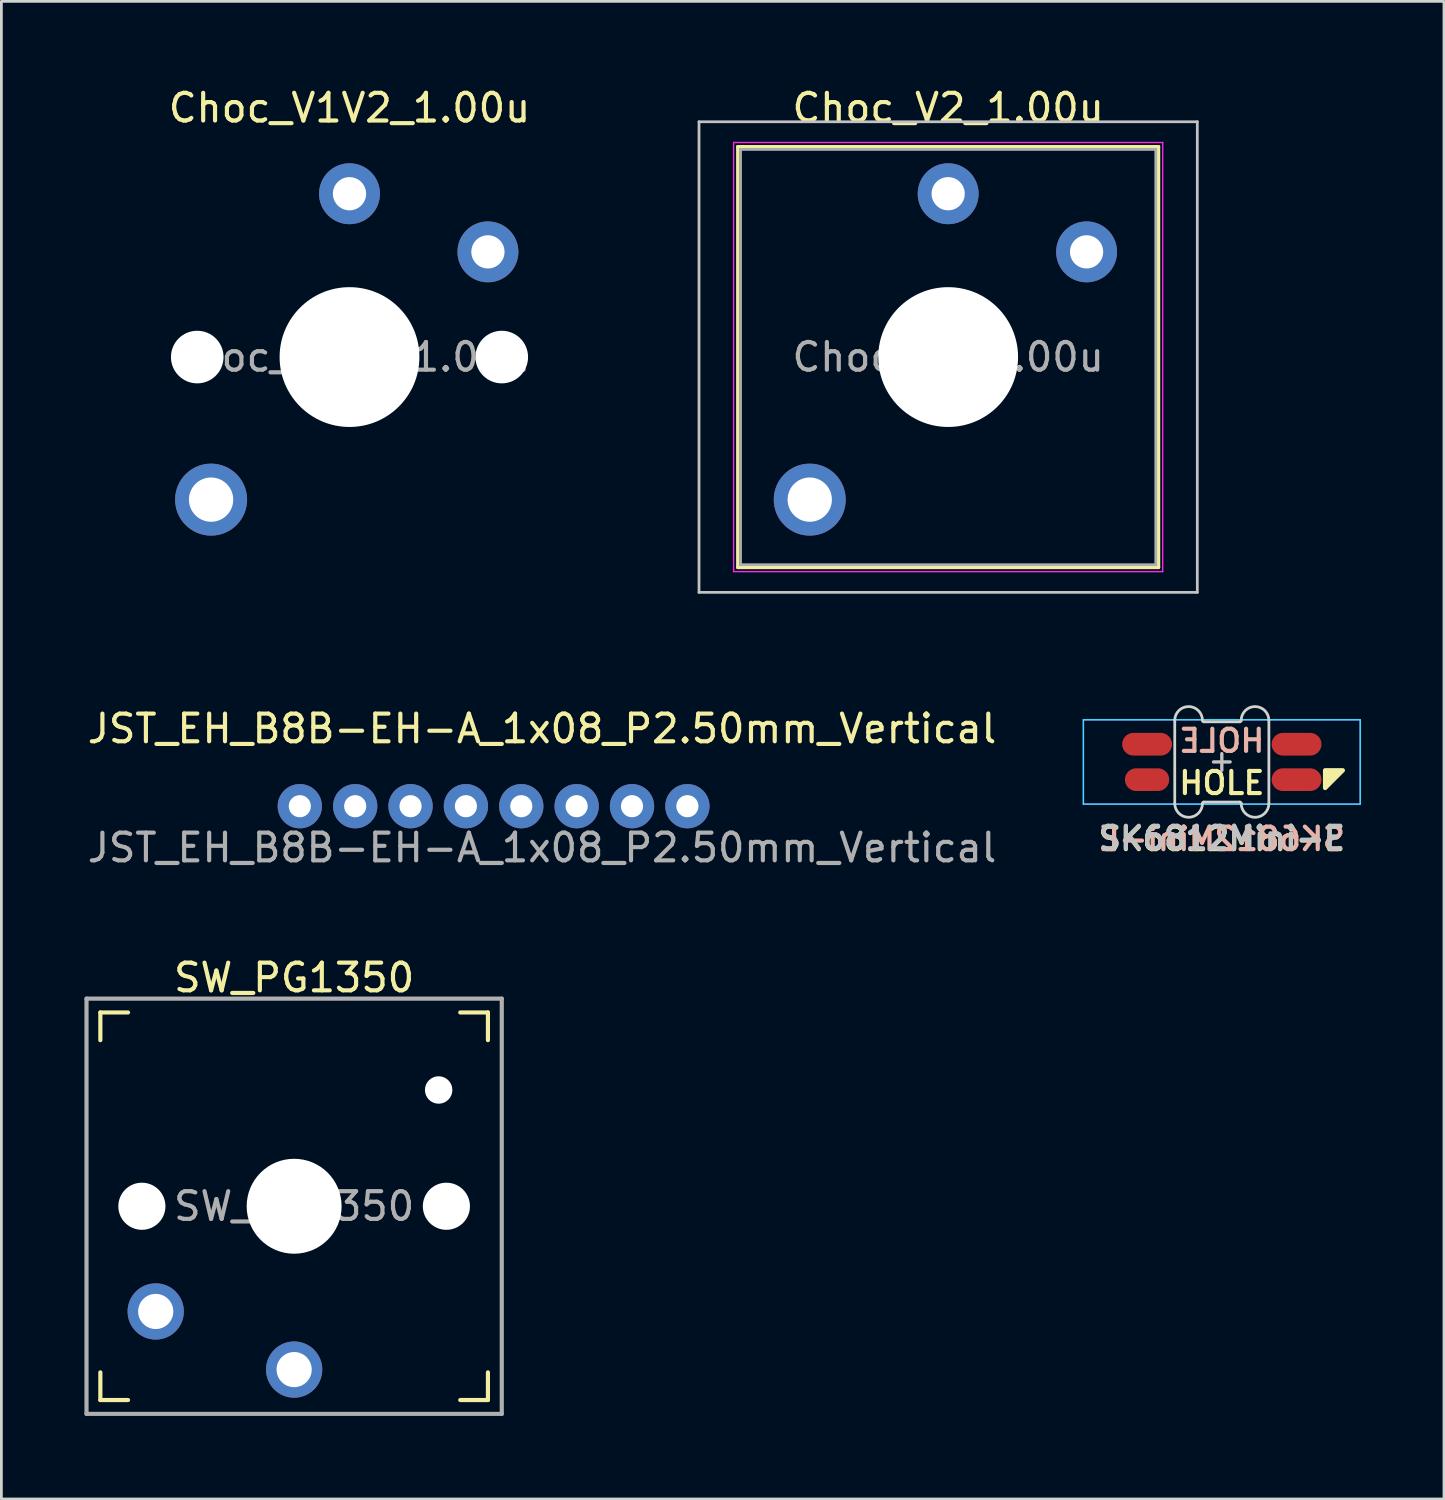
<source format=kicad_pcb>
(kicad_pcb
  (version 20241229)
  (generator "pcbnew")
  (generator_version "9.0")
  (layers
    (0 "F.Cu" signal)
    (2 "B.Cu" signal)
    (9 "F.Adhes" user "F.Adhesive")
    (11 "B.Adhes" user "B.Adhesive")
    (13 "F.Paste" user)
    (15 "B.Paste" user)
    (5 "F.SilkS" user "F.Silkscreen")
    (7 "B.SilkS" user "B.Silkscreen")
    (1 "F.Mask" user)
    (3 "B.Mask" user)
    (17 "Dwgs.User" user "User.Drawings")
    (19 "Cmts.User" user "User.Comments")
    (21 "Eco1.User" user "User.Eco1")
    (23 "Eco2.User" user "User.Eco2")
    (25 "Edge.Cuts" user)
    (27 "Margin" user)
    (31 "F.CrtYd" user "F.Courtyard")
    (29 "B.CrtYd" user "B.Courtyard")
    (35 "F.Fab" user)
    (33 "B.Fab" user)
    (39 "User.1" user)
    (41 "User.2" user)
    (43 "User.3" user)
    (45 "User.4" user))
  (footprint "Choc_V1V2_1.00u"
    (layer "F.Cu")
    (at 9.575 9.848)
    (property "Reference" "Choc_V1V2_1.00u" (at 0 -9 0) (layer "F.SilkS") (effects (font (size 1 1) (thickness 0.15))))
    (attr through_hole)
    (fp_line (start -9.525 -9.525) (end -9.525 9.525) (stroke (width 0.1) (type solid)) (layer "User.1"))
    (fp_line (start -9.525 -9.525) (end 9.525 -9.525) (stroke (width 0.1) (type solid)) (layer "User.1"))
    (fp_line (start -9.525 9.525) (end 9.525 9.525) (stroke (width 0.1) (type solid)) (layer "User.1"))
    (fp_line (start -7.5 -7.5) (end -7.5 7.5) (stroke (width 0.1) (type default)) (layer "User.1"))
    (fp_line (start -7.5 7.5) (end 7.5 7.5) (stroke (width 0.1) (type default)) (layer "User.1"))
    (fp_line (start 7.5 -7.5) (end -7.5 -7.5) (stroke (width 0.1) (type default)) (layer "User.1"))
    (fp_line (start 7.5 -7.5) (end 7.5 7.5) (stroke (width 0.1) (type default)) (layer "User.1"))
    (fp_line (start 9.525 -9.525) (end 9.525 9.525) (stroke (width 0.1) (type default)) (layer "User.1"))
    (fp_text user "${REFERENCE}" (at 0 0 0) (layer "F.Fab") (effects (font (size 1 1) (thickness 0.15))))
    (pad "" np_thru_hole circle (at -5.5 0) (size 1.9 1.9) (drill 1.9) (layers "*.Cu" "*.Mask"))
    (pad "" thru_hole circle (at -5 5.15) (size 2.6 2.6) (drill 1.6) (layers "*.Cu" "*.Mask"))
    (pad "" np_thru_hole circle (at 0 0) (size 5.05 5.05) (drill 5.05) (layers "*.Cu" "*.Mask"))
    (pad "" np_thru_hole circle (at 5.5 0) (size 1.9 1.9) (drill 1.9) (layers "*.Cu" "*.Mask"))
    (pad "1" thru_hole circle (at 0 -5.9) (size 2.2 2.2) (drill 1.2) (layers "*.Cu" "*.Mask"))
    (pad "2" thru_hole circle (at 5 -3.8) (size 2.2 2.2) (drill 1.2) (layers "*.Cu" "*.Mask")))
  (footprint "Choc_V2_1.00u"
    (layer "F.Cu")
    (at 31.2 9.848)
    (property "Reference" "Choc_V2_1.00u" (at 0 -9 0) (layer "F.SilkS") (effects (font (size 1 1) (thickness 0.15))))
    (attr through_hole)
    (fp_line (start -7.6 -7.6) (end -7.6 7.6) (stroke (width 0.12) (type solid)) (layer "F.SilkS"))
    (fp_line (start -7.6 7.6) (end 7.6 7.6) (stroke (width 0.12) (type solid)) (layer "F.SilkS"))
    (fp_line (start 7.6 -7.6) (end -7.6 -7.6) (stroke (width 0.12) (type solid)) (layer "F.SilkS"))
    (fp_line (start 7.6 7.6) (end 7.6 -7.6) (stroke (width 0.12) (type solid)) (layer "F.SilkS"))
    (fp_line (start -9 -8.5) (end -9 8.5) (stroke (width 0.1) (type solid)) (layer "Dwgs.User"))
    (fp_line (start -9 8.5) (end 9 8.5) (stroke (width 0.1) (type solid)) (layer "Dwgs.User"))
    (fp_line (start 9 -8.5) (end -9 -8.5) (stroke (width 0.1) (type solid)) (layer "Dwgs.User"))
    (fp_line (start 9 8.5) (end 9 -8.5) (stroke (width 0.1) (type solid)) (layer "Dwgs.User"))
    (fp_line (start -7.25 -7.25) (end -7.25 7.25) (stroke (width 0.1) (type solid)) (layer "Eco1.User"))
    (fp_line (start -7.25 7.25) (end 7.25 7.25) (stroke (width 0.1) (type solid)) (layer "Eco1.User"))
    (fp_line (start 7.25 -7.25) (end -7.25 -7.25) (stroke (width 0.1) (type solid)) (layer "Eco1.User"))
    (fp_line (start 7.25 7.25) (end 7.25 -7.25) (stroke (width 0.1) (type solid)) (layer "Eco1.User"))
    (fp_line (start -7.75 -7.75) (end -7.75 7.75) (stroke (width 0.05) (type solid)) (layer "F.CrtYd"))
    (fp_line (start -7.75 7.75) (end 7.75 7.75) (stroke (width 0.05) (type solid)) (layer "F.CrtYd"))
    (fp_line (start 7.75 -7.75) (end -7.75 -7.75) (stroke (width 0.05) (type solid)) (layer "F.CrtYd"))
    (fp_line (start 7.75 7.75) (end 7.75 -7.75) (stroke (width 0.05) (type solid)) (layer "F.CrtYd"))
    (fp_line (start -7.5 -7.5) (end -7.5 7.5) (stroke (width 0.1) (type solid)) (layer "F.Fab"))
    (fp_line (start -7.5 7.5) (end 7.5 7.5) (stroke (width 0.1) (type solid)) (layer "F.Fab"))
    (fp_line (start 7.5 -7.5) (end -7.5 -7.5) (stroke (width 0.1) (type solid)) (layer "F.Fab"))
    (fp_line (start 7.5 7.5) (end 7.5 -7.5) (stroke (width 0.1) (type solid)) (layer "F.Fab"))
    (fp_text user "${REFERENCE}" (at 0 0 0) (layer "F.Fab") (effects (font (size 1 1) (thickness 0.15))))
    (pad "" thru_hole circle (at -5 5.15) (size 2.6 2.6) (drill 1.6) (layers "*.Cu" "*.Mask"))
    (pad "" np_thru_hole circle (at 0 0) (size 5.05 5.05) (drill 5.05) (layers "*.Cu" "*.Mask"))
    (pad "1" thru_hole circle (at 0 -5.9) (size 2.2 2.2) (drill 1.2) (layers "*.Cu" "*.Mask"))
    (pad "2" thru_hole circle (at 5 -3.8) (size 2.2 2.2) (drill 1.2) (layers "*.Cu" "*.Mask")))
  (footprint "SK6812Mini-E"
    (layer "F.Cu")
    (at 41.085 24.473)
    (property "Reference" "SK6812Mini-E" (at 0 2.75 0) (layer "Dwgs.User") (effects (font (size 0.813 0.813) (thickness 0.152))))
    (attr through_hole)
    (fp_poly (pts (xy 3.733 0.938) (xy 3.733 0.303) (xy 4.368 0.303)) (stroke (width 0.16) (type solid)) (fill yes) (layer "F.SilkS"))
    (fp_line (start -0.3 0) (end 0.3 0) (stroke (width 0.12) (type solid)) (layer "Dwgs.User"))
    (fp_line (start 0 0.3) (end 0 -0.3) (stroke (width 0.12) (type solid)) (layer "Dwgs.User"))
    (fp_line (start -1.7 -1.5) (end -1.7 1.5) (stroke (width 0.1) (type solid)) (layer "Edge.Cuts"))
    (fp_line (start -0.65 -1.45) (end 0.65 -1.45) (stroke (width 0.1) (type solid)) (layer "Edge.Cuts"))
    (fp_line (start -0.65 1.45) (end 0.65 1.45) (stroke (width 0.1) (type solid)) (layer "Edge.Cuts"))
    (fp_line (start 1.7 1.5) (end 1.7 -1.5) (stroke (width 0.1) (type solid)) (layer "Edge.Cuts"))
    (fp_arc (start -1.7 -1.5) (mid -1.2 -2) (end -0.7 -1.5) (stroke (width 0.1) (type solid)) (layer "Edge.Cuts"))
    (fp_arc (start -0.7 1.5) (mid -1.2 2) (end -1.7 1.5) (stroke (width 0.1) (type solid)) (layer "Edge.Cuts"))
    (fp_arc (start -0.7 1.5) (mid -0.685355 1.464645) (end -0.65 1.45) (stroke (width 0.1) (type solid)) (layer "Edge.Cuts"))
    (fp_arc (start -0.65 -1.45) (mid -0.685355 -1.464645) (end -0.7 -1.5) (stroke (width 0.1) (type solid)) (layer "Edge.Cuts"))
    (fp_arc (start 0.65 1.45) (mid 0.685355 1.464645) (end 0.7 1.5) (stroke (width 0.1) (type solid)) (layer "Edge.Cuts"))
    (fp_arc (start 0.7 -1.5) (mid 0.685355 -1.464645) (end 0.65 -1.45) (stroke (width 0.1) (type solid)) (layer "Edge.Cuts"))
    (fp_arc (start 0.7 -1.5) (mid 1.2 -2) (end 1.7 -1.5) (stroke (width 0.1) (type solid)) (layer "Edge.Cuts"))
    (fp_arc (start 1.7 1.5) (mid 1.2 2) (end 0.7 1.5) (stroke (width 0.1) (type solid)) (layer "Edge.Cuts"))
    (fp_line (start -5 -1.524) (end 5 -1.524) (stroke (width 0.05) (type solid)) (layer "B.CrtYd"))
    (fp_line (start -5 1.524) (end -5 -1.524) (stroke (width 0.05) (type solid)) (layer "B.CrtYd"))
    (fp_line (start 5 -1.524) (end 5 1.524) (stroke (width 0.05) (type solid)) (layer "B.CrtYd"))
    (fp_line (start 5 1.524) (end -5 1.524) (stroke (width 0.05) (type solid)) (layer "B.CrtYd"))
    (fp_line (start -5 -1.524) (end -5 1.524) (stroke (width 0.05) (type solid)) (layer "F.CrtYd"))
    (fp_line (start -5 -1.524) (end 5 -1.524) (stroke (width 0.05) (type solid)) (layer "F.CrtYd"))
    (fp_line (start 5 -1.524) (end 5 1.524) (stroke (width 0.05) (type solid)) (layer "F.CrtYd"))
    (fp_line (start 5 1.524) (end -5 1.524) (stroke (width 0.05) (type solid)) (layer "F.CrtYd"))
    (fp_text user "HOLE" (at 0 0.762 0) (layer "F.SilkS") (effects (font (size 0.8 0.8) (thickness 0.15))))
    (fp_text user "${REFERENCE}" (at 0 2.781 0) (layer "F.SilkS") (effects (font (size 0.813 0.813) (thickness 0.152))))
    (fp_text user "HOLE" (at 0 -0.762 0) (layer "B.SilkS") (effects (font (size 0.8 0.8) (thickness 0.15)) (justify mirror)))
    (fp_text user "${REFERENCE}" (at 0 2.781 0) (layer "B.SilkS") (effects (font (size 0.813 0.813) (thickness 0.152)) (justify mirror)))
    (pad "1" smd oval (at -2.7 -0.64) (size 1.8 0.82) (layers "F.Cu" "F.Mask" "F.Paste"))
    (pad "2" smd oval (at -2.7 0.64) (size 1.6 0.82) (layers "F.Cu" "F.Mask" "F.Paste"))
    (pad "3" smd oval (at 2.7 0.64) (size 1.8 0.82) (layers "F.Cu" "F.Mask" "F.Paste"))
    (pad "4" smd oval (at 2.7 -0.64) (size 1.8 0.82) (layers "F.Cu" "F.Mask" "F.Paste")))
  (footprint "SW_PG1350"
    (layer "F.Cu")
    (at 7.575 40.523)
    (property "Reference" "SW_PG1350" (at 0 -8.255 0) (layer "F.SilkS") (effects (font (size 1 1) (thickness 0.15))))
    (attr through_hole)
    (fp_line (start -7 -6) (end -7 -7) (stroke (width 0.15) (type solid)) (layer "F.SilkS"))
    (fp_line (start -7 7) (end -7 6) (stroke (width 0.15) (type solid)) (layer "F.SilkS"))
    (fp_line (start -7 7) (end -6 7) (stroke (width 0.15) (type solid)) (layer "F.SilkS"))
    (fp_line (start -6 -7) (end -7 -7) (stroke (width 0.15) (type solid)) (layer "F.SilkS"))
    (fp_line (start 6 7) (end 7 7) (stroke (width 0.15) (type solid)) (layer "F.SilkS"))
    (fp_line (start 7 -7) (end 6 -7) (stroke (width 0.15) (type solid)) (layer "F.SilkS"))
    (fp_line (start 7 -7) (end 7 -6) (stroke (width 0.15) (type solid)) (layer "F.SilkS"))
    (fp_line (start 7 6) (end 7 7) (stroke (width 0.15) (type solid)) (layer "F.SilkS"))
    (fp_line (start -6.9 6.9) (end -6.9 -6.9) (stroke (width 0.15) (type solid)) (layer "Eco2.User"))
    (fp_line (start -6.9 6.9) (end 6.9 6.9) (stroke (width 0.15) (type solid)) (layer "Eco2.User"))
    (fp_line (start -2.6 -3.1) (end -2.6 -6.3) (stroke (width 0.15) (type solid)) (layer "Eco2.User"))
    (fp_line (start -2.6 -3.1) (end 2.6 -3.1) (stroke (width 0.15) (type solid)) (layer "Eco2.User"))
    (fp_line (start 2.6 -6.3) (end -2.6 -6.3) (stroke (width 0.15) (type solid)) (layer "Eco2.User"))
    (fp_line (start 2.6 -3.1) (end 2.6 -6.3) (stroke (width 0.15) (type solid)) (layer "Eco2.User"))
    (fp_line (start 6.9 -6.9) (end -6.9 -6.9) (stroke (width 0.15) (type solid)) (layer "Eco2.User"))
    (fp_line (start 6.9 -6.9) (end 6.9 6.9) (stroke (width 0.15) (type solid)) (layer "Eco2.User"))
    (fp_line (start -7.5 -7.5) (end 7.5 -7.5) (stroke (width 0.15) (type solid)) (layer "F.Fab"))
    (fp_line (start -7.5 7.5) (end -7.5 -7.5) (stroke (width 0.15) (type solid)) (layer "F.Fab"))
    (fp_line (start 7.5 -7.5) (end 7.5 7.5) (stroke (width 0.15) (type solid)) (layer "F.Fab"))
    (fp_line (start 7.5 7.5) (end -7.5 7.5) (stroke (width 0.15) (type solid)) (layer "F.Fab"))
    (fp_text user "${REFERENCE}" (at 0 0 0) (layer "F.Fab") (effects (font (size 1 1) (thickness 0.15))))
    (pad "" np_thru_hole circle (at -5.5 0) (size 1.702 1.702) (drill 1.702) (layers "*.Cu" "*.Mask"))
    (pad "" np_thru_hole circle (at 0 0) (size 3.429 3.429) (drill 3.429) (layers "*.Cu" "*.Mask"))
    (pad "" np_thru_hole circle (at 5.22 -4.2) (size 0.991 0.991) (drill 0.991) (layers "*.Cu" "*.Mask"))
    (pad "" np_thru_hole circle (at 5.5 0) (size 1.702 1.702) (drill 1.702) (layers "*.Cu" "*.Mask"))
    (pad "1" thru_hole circle (at 0 5.9) (size 2.032 2.032) (drill 1.27) (layers "*.Cu" "*.Mask"))
    (pad "2" thru_hole circle (at -5 3.8) (size 2.032 2.032) (drill 1.27) (layers "*.Cu" "*.Mask")))
  (footprint "JST_EH_B8B-EH-A_1x08_P2.50mm_Vertical"
    (layer "F.Cu")
    (at 7.78 26.072)
    (property "Reference" "JST_EH_B8B-EH-A_1x08_P2.50mm_Vertical" (at 8.75 -2.8 0) (layer "F.SilkS") (effects (font (size 1 1) (thickness 0.15))))
    (attr through_hole)
    (fp_text user "${REFERENCE}" (at 8.75 1.5 0) (layer "F.Fab") (effects (font (size 1 1) (thickness 0.15))))
    (pad "1" thru_hole oval (at 0 0) (size 1.6 1.6) (drill 0.8) (layers "*.Cu" "*.Mask"))
    (pad "2" thru_hole oval (at 2 0) (size 1.6 1.6) (drill 0.8) (layers "*.Cu" "*.Mask"))
    (pad "3" thru_hole oval (at 4 0) (size 1.6 1.6) (drill 0.8) (layers "*.Cu" "*.Mask"))
    (pad "4" thru_hole oval (at 6 0) (size 1.6 1.6) (drill 0.8) (layers "*.Cu" "*.Mask"))
    (pad "5" thru_hole oval (at 8 0) (size 1.6 1.6) (drill 0.8) (layers "*.Cu" "*.Mask"))
    (pad "6" thru_hole oval (at 10 0) (size 1.6 1.6) (drill 0.8) (layers "*.Cu" "*.Mask"))
    (pad "7" thru_hole oval (at 12 0) (size 1.6 1.6) (drill 0.8) (layers "*.Cu" "*.Mask"))
    (pad "8" thru_hole oval (at 14 0) (size 1.6 1.6) (drill 0.8) (layers "*.Cu" "*.Mask")))
  (gr_rect
    (start -3 -3)
    (end 49.11 51.098)
    (stroke (width 0.1) (type default))
    (fill no)
    (layer "Edge.Cuts")))
</source>
